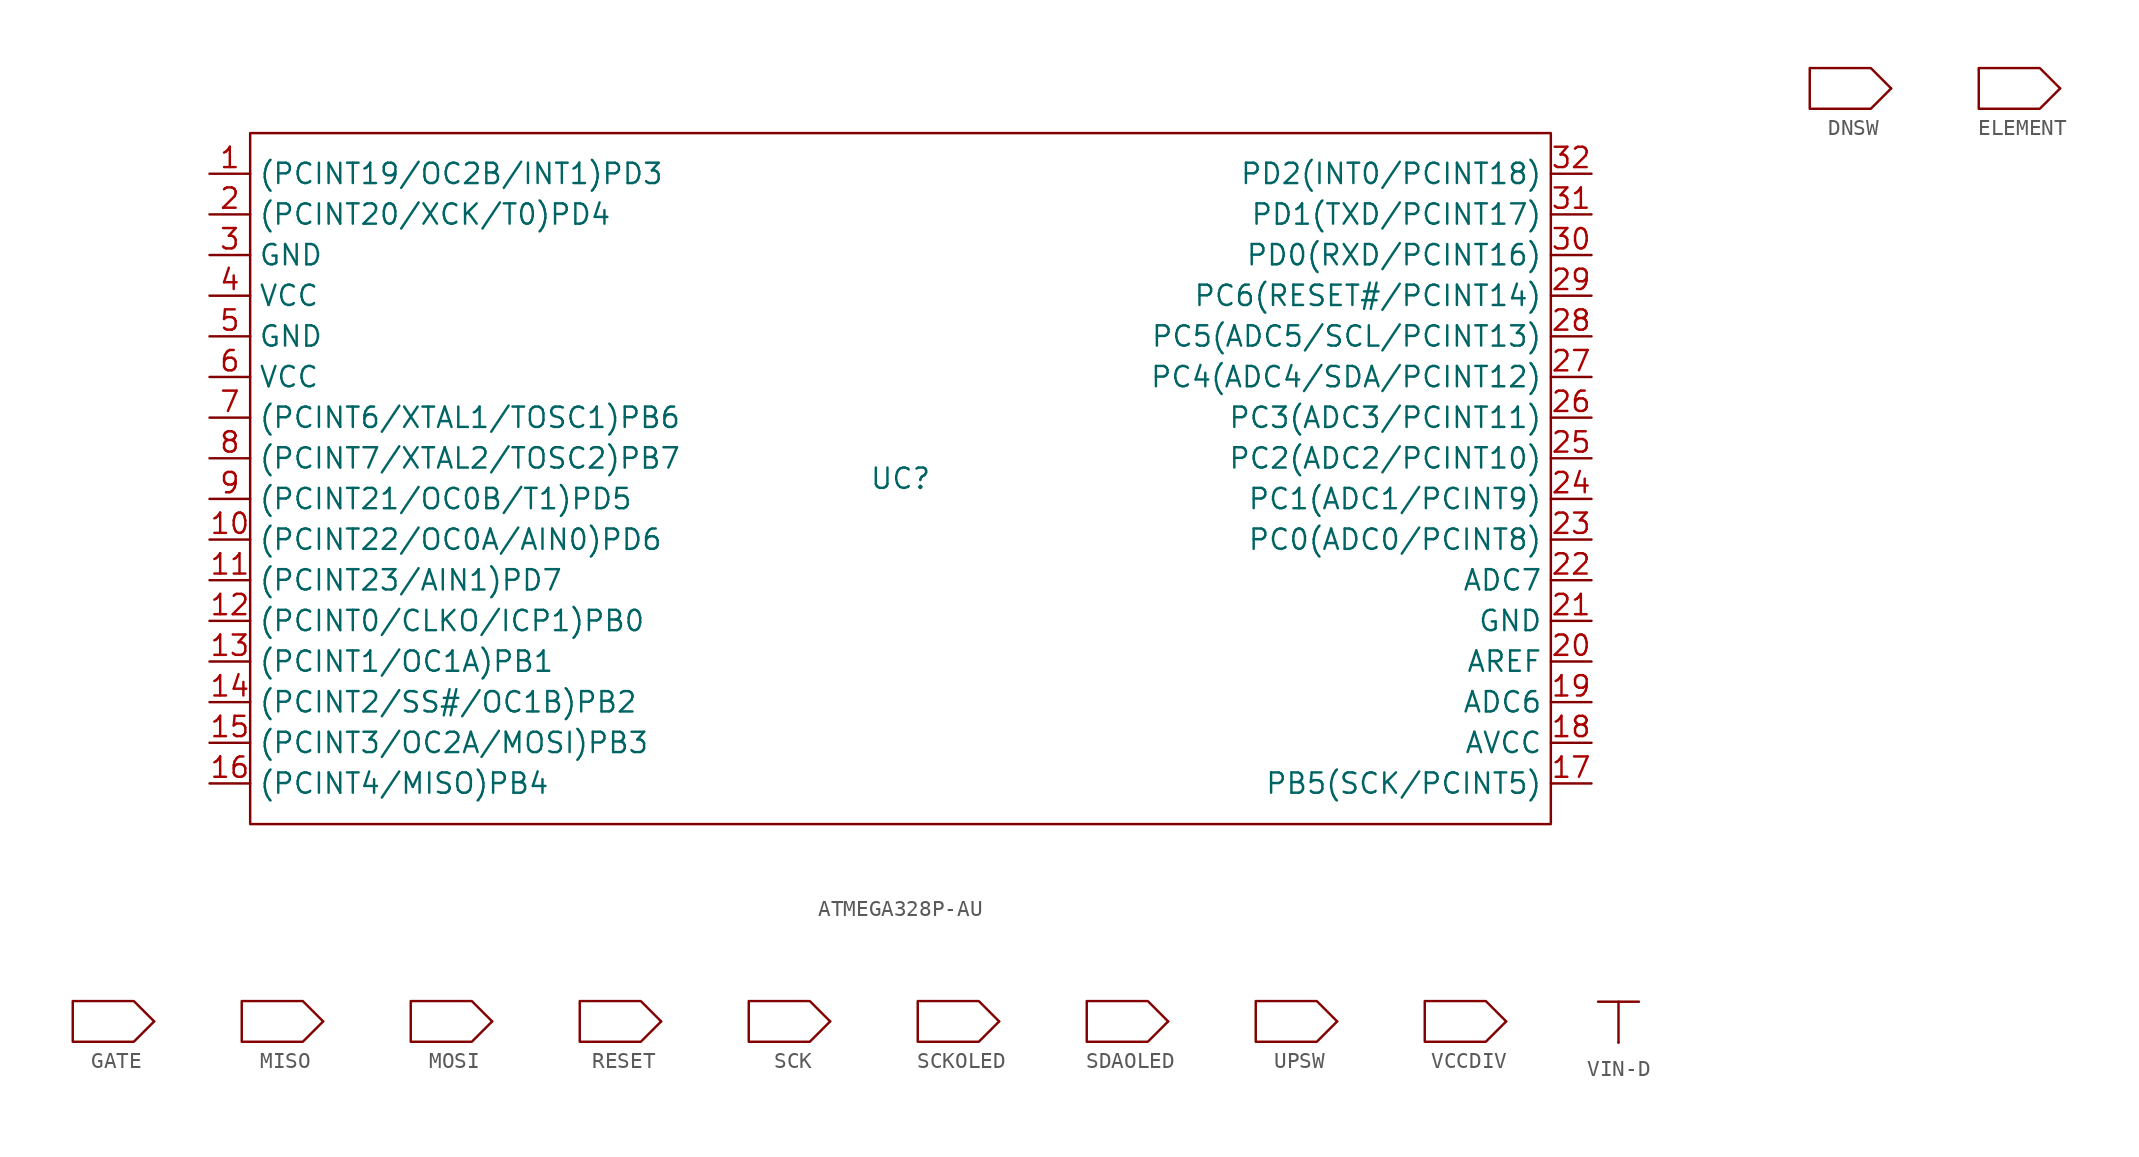
<source format=kicad_sym>
(kicad_symbol_lib
  (version 20231120)
  (generator "kicad_symbol_editor")
  (generator_version "8.0")
  (symbol "ATMEGA328P-AU"
    (property "Reference" "UC"
      (at 0 0 0)
      (effects (font (size 1.27 1.27))))
    (property "Value" ""
      (at 0 0 0)
      (effects (font (size 1.27 1.27))))
    (symbol "ATMEGA328P-AU_1_0"
      (rectangle (start -40.64 21.59) (end 40.64 -21.59) (stroke (width 0) (type default)) (fill (type none)))
      (pin unspecified line (at -43.18 19.05 0) (length 2.54) (name "(PCINT19/OC2B/INT1)PD3" (effects (font (size 1.27 1.27)))) (number "1" (effects (font (size 1.27 1.27)))))
      (pin unspecified line (at -43.18 -3.81 0) (length 2.54) (name "(PCINT22/OC0A/AIN0)PD6" (effects (font (size 1.27 1.27)))) (number "10" (effects (font (size 1.27 1.27)))))
      (pin unspecified line (at -43.18 -6.35 0) (length 2.54) (name "(PCINT23/AIN1)PD7" (effects (font (size 1.27 1.27)))) (number "11" (effects (font (size 1.27 1.27)))))
      (pin unspecified line (at -43.18 -8.89 0) (length 2.54) (name "(PCINT0/CLKO/ICP1)PB0" (effects (font (size 1.27 1.27)))) (number "12" (effects (font (size 1.27 1.27)))))
      (pin unspecified line (at -43.18 -11.43 0) (length 2.54) (name "(PCINT1/OC1A)PB1" (effects (font (size 1.27 1.27)))) (number "13" (effects (font (size 1.27 1.27)))))
      (pin unspecified line (at -43.18 -13.97 0) (length 2.54) (name "(PCINT2/SS#/OC1B)PB2" (effects (font (size 1.27 1.27)))) (number "14" (effects (font (size 1.27 1.27)))))
      (pin unspecified line (at -43.18 -16.51 0) (length 2.54) (name "(PCINT3/OC2A/MOSI)PB3" (effects (font (size 1.27 1.27)))) (number "15" (effects (font (size 1.27 1.27)))))
      (pin unspecified line (at -43.18 -19.05 0) (length 2.54) (name "(PCINT4/MISO)PB4" (effects (font (size 1.27 1.27)))) (number "16" (effects (font (size 1.27 1.27)))))
      (pin unspecified line (at 43.18 -19.05 180) (length 2.54) (name "PB5(SCK/PCINT5)" (effects (font (size 1.27 1.27)))) (number "17" (effects (font (size 1.27 1.27)))))
      (pin unspecified line (at 43.18 -16.51 180) (length 2.54) (name "AVCC" (effects (font (size 1.27 1.27)))) (number "18" (effects (font (size 1.27 1.27)))))
      (pin unspecified line (at 43.18 -13.97 180) (length 2.54) (name "ADC6" (effects (font (size 1.27 1.27)))) (number "19" (effects (font (size 1.27 1.27)))))
      (pin unspecified line (at -43.18 16.51 0) (length 2.54) (name "(PCINT20/XCK/T0)PD4" (effects (font (size 1.27 1.27)))) (number "2" (effects (font (size 1.27 1.27)))))
      (pin unspecified line (at 43.18 -11.43 180) (length 2.54) (name "AREF" (effects (font (size 1.27 1.27)))) (number "20" (effects (font (size 1.27 1.27)))))
      (pin unspecified line (at 43.18 -8.89 180) (length 2.54) (name "GND" (effects (font (size 1.27 1.27)))) (number "21" (effects (font (size 1.27 1.27)))))
      (pin unspecified line (at 43.18 -6.35 180) (length 2.54) (name "ADC7" (effects (font (size 1.27 1.27)))) (number "22" (effects (font (size 1.27 1.27)))))
      (pin unspecified line (at 43.18 -3.81 180) (length 2.54) (name "PC0(ADC0/PCINT8)" (effects (font (size 1.27 1.27)))) (number "23" (effects (font (size 1.27 1.27)))))
      (pin unspecified line (at 43.18 -1.27 180) (length 2.54) (name "PC1(ADC1/PCINT9)" (effects (font (size 1.27 1.27)))) (number "24" (effects (font (size 1.27 1.27)))))
      (pin unspecified line (at 43.18 1.27 180) (length 2.54) (name "PC2(ADC2/PCINT10)" (effects (font (size 1.27 1.27)))) (number "25" (effects (font (size 1.27 1.27)))))
      (pin unspecified line (at 43.18 3.81 180) (length 2.54) (name "PC3(ADC3/PCINT11)" (effects (font (size 1.27 1.27)))) (number "26" (effects (font (size 1.27 1.27)))))
      (pin unspecified line (at 43.18 6.35 180) (length 2.54) (name "PC4(ADC4/SDA/PCINT12)" (effects (font (size 1.27 1.27)))) (number "27" (effects (font (size 1.27 1.27)))))
      (pin unspecified line (at 43.18 8.89 180) (length 2.54) (name "PC5(ADC5/SCL/PCINT13)" (effects (font (size 1.27 1.27)))) (number "28" (effects (font (size 1.27 1.27)))))
      (pin unspecified line (at 43.18 11.43 180) (length 2.54) (name "PC6(RESET#/PCINT14)" (effects (font (size 1.27 1.27)))) (number "29" (effects (font (size 1.27 1.27)))))
      (pin unspecified line (at -43.18 13.97 0) (length 2.54) (name "GND" (effects (font (size 1.27 1.27)))) (number "3" (effects (font (size 1.27 1.27)))))
      (pin unspecified line (at 43.18 13.97 180) (length 2.54) (name "PD0(RXD/PCINT16)" (effects (font (size 1.27 1.27)))) (number "30" (effects (font (size 1.27 1.27)))))
      (pin unspecified line (at 43.18 16.51 180) (length 2.54) (name "PD1(TXD/PCINT17)" (effects (font (size 1.27 1.27)))) (number "31" (effects (font (size 1.27 1.27)))))
      (pin unspecified line (at 43.18 19.05 180) (length 2.54) (name "PD2(INT0/PCINT18)" (effects (font (size 1.27 1.27)))) (number "32" (effects (font (size 1.27 1.27)))))
      (pin unspecified line (at -43.18 11.43 0) (length 2.54) (name "VCC" (effects (font (size 1.27 1.27)))) (number "4" (effects (font (size 1.27 1.27)))))
      (pin unspecified line (at -43.18 8.89 0) (length 2.54) (name "GND" (effects (font (size 1.27 1.27)))) (number "5" (effects (font (size 1.27 1.27)))))
      (pin unspecified line (at -43.18 6.35 0) (length 2.54) (name "VCC" (effects (font (size 1.27 1.27)))) (number "6" (effects (font (size 1.27 1.27)))))
      (pin unspecified line (at -43.18 3.81 0) (length 2.54) (name "(PCINT6/XTAL1/TOSC1)PB6" (effects (font (size 1.27 1.27)))) (number "7" (effects (font (size 1.27 1.27)))))
      (pin unspecified line (at -43.18 1.27 0) (length 2.54) (name "(PCINT7/XTAL2/TOSC2)PB7" (effects (font (size 1.27 1.27)))) (number "8" (effects (font (size 1.27 1.27)))))
      (pin unspecified line (at -43.18 -1.27 0) (length 2.54) (name "(PCINT21/OC0B/T1)PD5" (effects (font (size 1.27 1.27)))) (number "9" (effects (font (size 1.27 1.27)))))))
  (symbol "DNSW"
    (power)
    (pin_numbers hide)
    (pin_names hide)
    (property "Reference" "#PWR"
      (at 0 0 0)
      (effects (font (size 1.27 1.27)) (hide yes)))
    (property "Value" ""
      (at 0 0 0)
      (effects (font (size 1.27 1.27))))
    (symbol "DNSW_1_0"
      (polyline (pts (xy 0 0) (xy -1.27 -1.27) (xy -1.27 -1.27) (xy -5.08 -1.27) (xy -5.08 -1.27) (xy -5.08 1.27) (xy -5.08 1.27) (xy -1.27 1.27) (xy -1.27 1.27) (xy 0 0)) (stroke (width 0) (type default)) (fill (type none)))
      (pin input line (at 0 0 0) (length 0) (name "" (effects (font (size 0.025 0.025)))) (number "1" (effects (font (size 0 0)))))))
  (symbol "ELEMENT"
    (power)
    (pin_numbers hide)
    (pin_names hide)
    (property "Reference" "#PWR"
      (at 0 0 0)
      (effects (font (size 1.27 1.27)) (hide yes)))
    (property "Value" ""
      (at 0 0 0)
      (effects (font (size 1.27 1.27))))
    (symbol "ELEMENT_1_0"
      (polyline (pts (xy 0 0) (xy -1.27 -1.27) (xy -1.27 -1.27) (xy -5.08 -1.27) (xy -5.08 -1.27) (xy -5.08 1.27) (xy -5.08 1.27) (xy -1.27 1.27) (xy -1.27 1.27) (xy 0 0)) (stroke (width 0) (type default)) (fill (type none)))
      (pin input line (at 0 0 0) (length 0) (name "" (effects (font (size 0.025 0.025)))) (number "1" (effects (font (size 0 0)))))))
  (symbol "GATE"
    (power)
    (pin_numbers hide)
    (pin_names hide)
    (property "Reference" "#PWR"
      (at 0 0 0)
      (effects (font (size 1.27 1.27)) (hide yes)))
    (property "Value" ""
      (at 0 0 0)
      (effects (font (size 1.27 1.27))))
    (symbol "GATE_1_0"
      (polyline (pts (xy 0 0) (xy -1.27 -1.27) (xy -1.27 -1.27) (xy -5.08 -1.27) (xy -5.08 -1.27) (xy -5.08 1.27) (xy -5.08 1.27) (xy -1.27 1.27) (xy -1.27 1.27) (xy 0 0)) (stroke (width 0) (type default)) (fill (type none)))
      (pin input line (at 0 0 0) (length 0) (name "" (effects (font (size 0.025 0.025)))) (number "1" (effects (font (size 0 0)))))))
  (symbol "MISO"
    (power)
    (pin_numbers hide)
    (pin_names hide)
    (property "Reference" "#PWR"
      (at 0 0 0)
      (effects (font (size 1.27 1.27)) (hide yes)))
    (property "Value" ""
      (at 0 0 0)
      (effects (font (size 1.27 1.27))))
    (symbol "MISO_1_0"
      (polyline (pts (xy 0 0) (xy -1.27 -1.27) (xy -1.27 -1.27) (xy -5.08 -1.27) (xy -5.08 -1.27) (xy -5.08 1.27) (xy -5.08 1.27) (xy -1.27 1.27) (xy -1.27 1.27) (xy 0 0)) (stroke (width 0) (type default)) (fill (type none)))
      (pin input line (at 0 0 0) (length 0) (name "" (effects (font (size 0.025 0.025)))) (number "1" (effects (font (size 0 0)))))))
  (symbol "MOSI"
    (power)
    (pin_numbers hide)
    (pin_names hide)
    (property "Reference" "#PWR"
      (at 0 0 0)
      (effects (font (size 1.27 1.27)) (hide yes)))
    (property "Value" ""
      (at 0 0 0)
      (effects (font (size 1.27 1.27))))
    (symbol "MOSI_1_0"
      (polyline (pts (xy 0 0) (xy -1.27 -1.27) (xy -1.27 -1.27) (xy -5.08 -1.27) (xy -5.08 -1.27) (xy -5.08 1.27) (xy -5.08 1.27) (xy -1.27 1.27) (xy -1.27 1.27) (xy 0 0)) (stroke (width 0) (type default)) (fill (type none)))
      (pin input line (at 0 0 0) (length 0) (name "" (effects (font (size 0.025 0.025)))) (number "1" (effects (font (size 0 0)))))))
  (symbol "RESET"
    (power)
    (pin_numbers hide)
    (pin_names hide)
    (property "Reference" "#PWR"
      (at 0 0 0)
      (effects (font (size 1.27 1.27)) (hide yes)))
    (property "Value" ""
      (at 0 0 0)
      (effects (font (size 1.27 1.27))))
    (symbol "RESET_1_0"
      (polyline (pts (xy 0 0) (xy -1.27 -1.27) (xy -1.27 -1.27) (xy -5.08 -1.27) (xy -5.08 -1.27) (xy -5.08 1.27) (xy -5.08 1.27) (xy -1.27 1.27) (xy -1.27 1.27) (xy 0 0)) (stroke (width 0) (type default)) (fill (type none)))
      (pin input line (at 0 0 0) (length 0) (name "" (effects (font (size 0.025 0.025)))) (number "1" (effects (font (size 0 0)))))))
  (symbol "SCK"
    (power)
    (pin_numbers hide)
    (pin_names hide)
    (property "Reference" "#PWR"
      (at 0 0 0)
      (effects (font (size 1.27 1.27)) (hide yes)))
    (property "Value" ""
      (at 0 0 0)
      (effects (font (size 1.27 1.27))))
    (symbol "SCK_1_0"
      (polyline (pts (xy 0 0) (xy -1.27 -1.27) (xy -1.27 -1.27) (xy -5.08 -1.27) (xy -5.08 -1.27) (xy -5.08 1.27) (xy -5.08 1.27) (xy -1.27 1.27) (xy -1.27 1.27) (xy 0 0)) (stroke (width 0) (type default)) (fill (type none)))
      (pin input line (at 0 0 0) (length 0) (name "" (effects (font (size 0.025 0.025)))) (number "1" (effects (font (size 0 0)))))))
  (symbol "SCKOLED"
    (power)
    (pin_numbers hide)
    (pin_names hide)
    (property "Reference" "#PWR"
      (at 0 0 0)
      (effects (font (size 1.27 1.27)) (hide yes)))
    (property "Value" ""
      (at 0 0 0)
      (effects (font (size 1.27 1.27))))
    (symbol "SCKOLED_1_0"
      (polyline (pts (xy 0 0) (xy -1.27 -1.27) (xy -1.27 -1.27) (xy -5.08 -1.27) (xy -5.08 -1.27) (xy -5.08 1.27) (xy -5.08 1.27) (xy -1.27 1.27) (xy -1.27 1.27) (xy 0 0)) (stroke (width 0) (type default)) (fill (type none)))
      (pin input line (at 0 0 0) (length 0) (name "" (effects (font (size 0.025 0.025)))) (number "1" (effects (font (size 0 0)))))))
  (symbol "SDAOLED"
    (power)
    (pin_numbers hide)
    (pin_names hide)
    (property "Reference" "#PWR"
      (at 0 0 0)
      (effects (font (size 1.27 1.27)) (hide yes)))
    (property "Value" ""
      (at 0 0 0)
      (effects (font (size 1.27 1.27))))
    (symbol "SDAOLED_1_0"
      (polyline (pts (xy 0 0) (xy -1.27 -1.27) (xy -1.27 -1.27) (xy -5.08 -1.27) (xy -5.08 -1.27) (xy -5.08 1.27) (xy -5.08 1.27) (xy -1.27 1.27) (xy -1.27 1.27) (xy 0 0)) (stroke (width 0) (type default)) (fill (type none)))
      (pin input line (at 0 0 0) (length 0) (name "" (effects (font (size 0.025 0.025)))) (number "1" (effects (font (size 0 0)))))))
  (symbol "UPSW"
    (power)
    (pin_numbers hide)
    (pin_names hide)
    (property "Reference" "#PWR"
      (at 0 0 0)
      (effects (font (size 1.27 1.27)) (hide yes)))
    (property "Value" ""
      (at 0 0 0)
      (effects (font (size 1.27 1.27))))
    (symbol "UPSW_1_0"
      (polyline (pts (xy 0 0) (xy -1.27 -1.27) (xy -1.27 -1.27) (xy -5.08 -1.27) (xy -5.08 -1.27) (xy -5.08 1.27) (xy -5.08 1.27) (xy -1.27 1.27) (xy -1.27 1.27) (xy 0 0)) (stroke (width 0) (type default)) (fill (type none)))
      (pin input line (at 0 0 0) (length 0) (name "" (effects (font (size 0.025 0.025)))) (number "1" (effects (font (size 0 0)))))))
  (symbol "VCCDIV"
    (power)
    (pin_numbers hide)
    (pin_names hide)
    (property "Reference" "#PWR"
      (at 0 0 0)
      (effects (font (size 1.27 1.27)) (hide yes)))
    (property "Value" ""
      (at 0 0 0)
      (effects (font (size 1.27 1.27))))
    (symbol "VCCDIV_1_0"
      (polyline (pts (xy 0 0) (xy -1.27 -1.27) (xy -1.27 -1.27) (xy -5.08 -1.27) (xy -5.08 -1.27) (xy -5.08 1.27) (xy -5.08 1.27) (xy -1.27 1.27) (xy -1.27 1.27) (xy 0 0)) (stroke (width 0) (type default)) (fill (type none)))
      (pin input line (at 0 0 0) (length 0) (name "" (effects (font (size 0.025 0.025)))) (number "1" (effects (font (size 0 0)))))))
  (symbol "VIN-D"
    (power)
    (pin_numbers hide)
    (pin_names hide)
    (property "Reference" "#PWR"
      (at 0 0 0)
      (effects (font (size 1.27 1.27)) (hide yes)))
    (symbol "VIN-D_1_0"
      (polyline (pts (xy -1.27 2.54) (xy 1.27 2.54)) (stroke (width 0) (type default)) (fill (type none)))
      (polyline (pts (xy 0 2.54) (xy 0 0)) (stroke (width 0) (type default)) (fill (type none)))
      (pin power_in line (at 0 0 0) (length 0) (name "" (effects (font (size 1.27 1.27)))) (number "1" (effects (font (size 0 0))))))))
</source>
